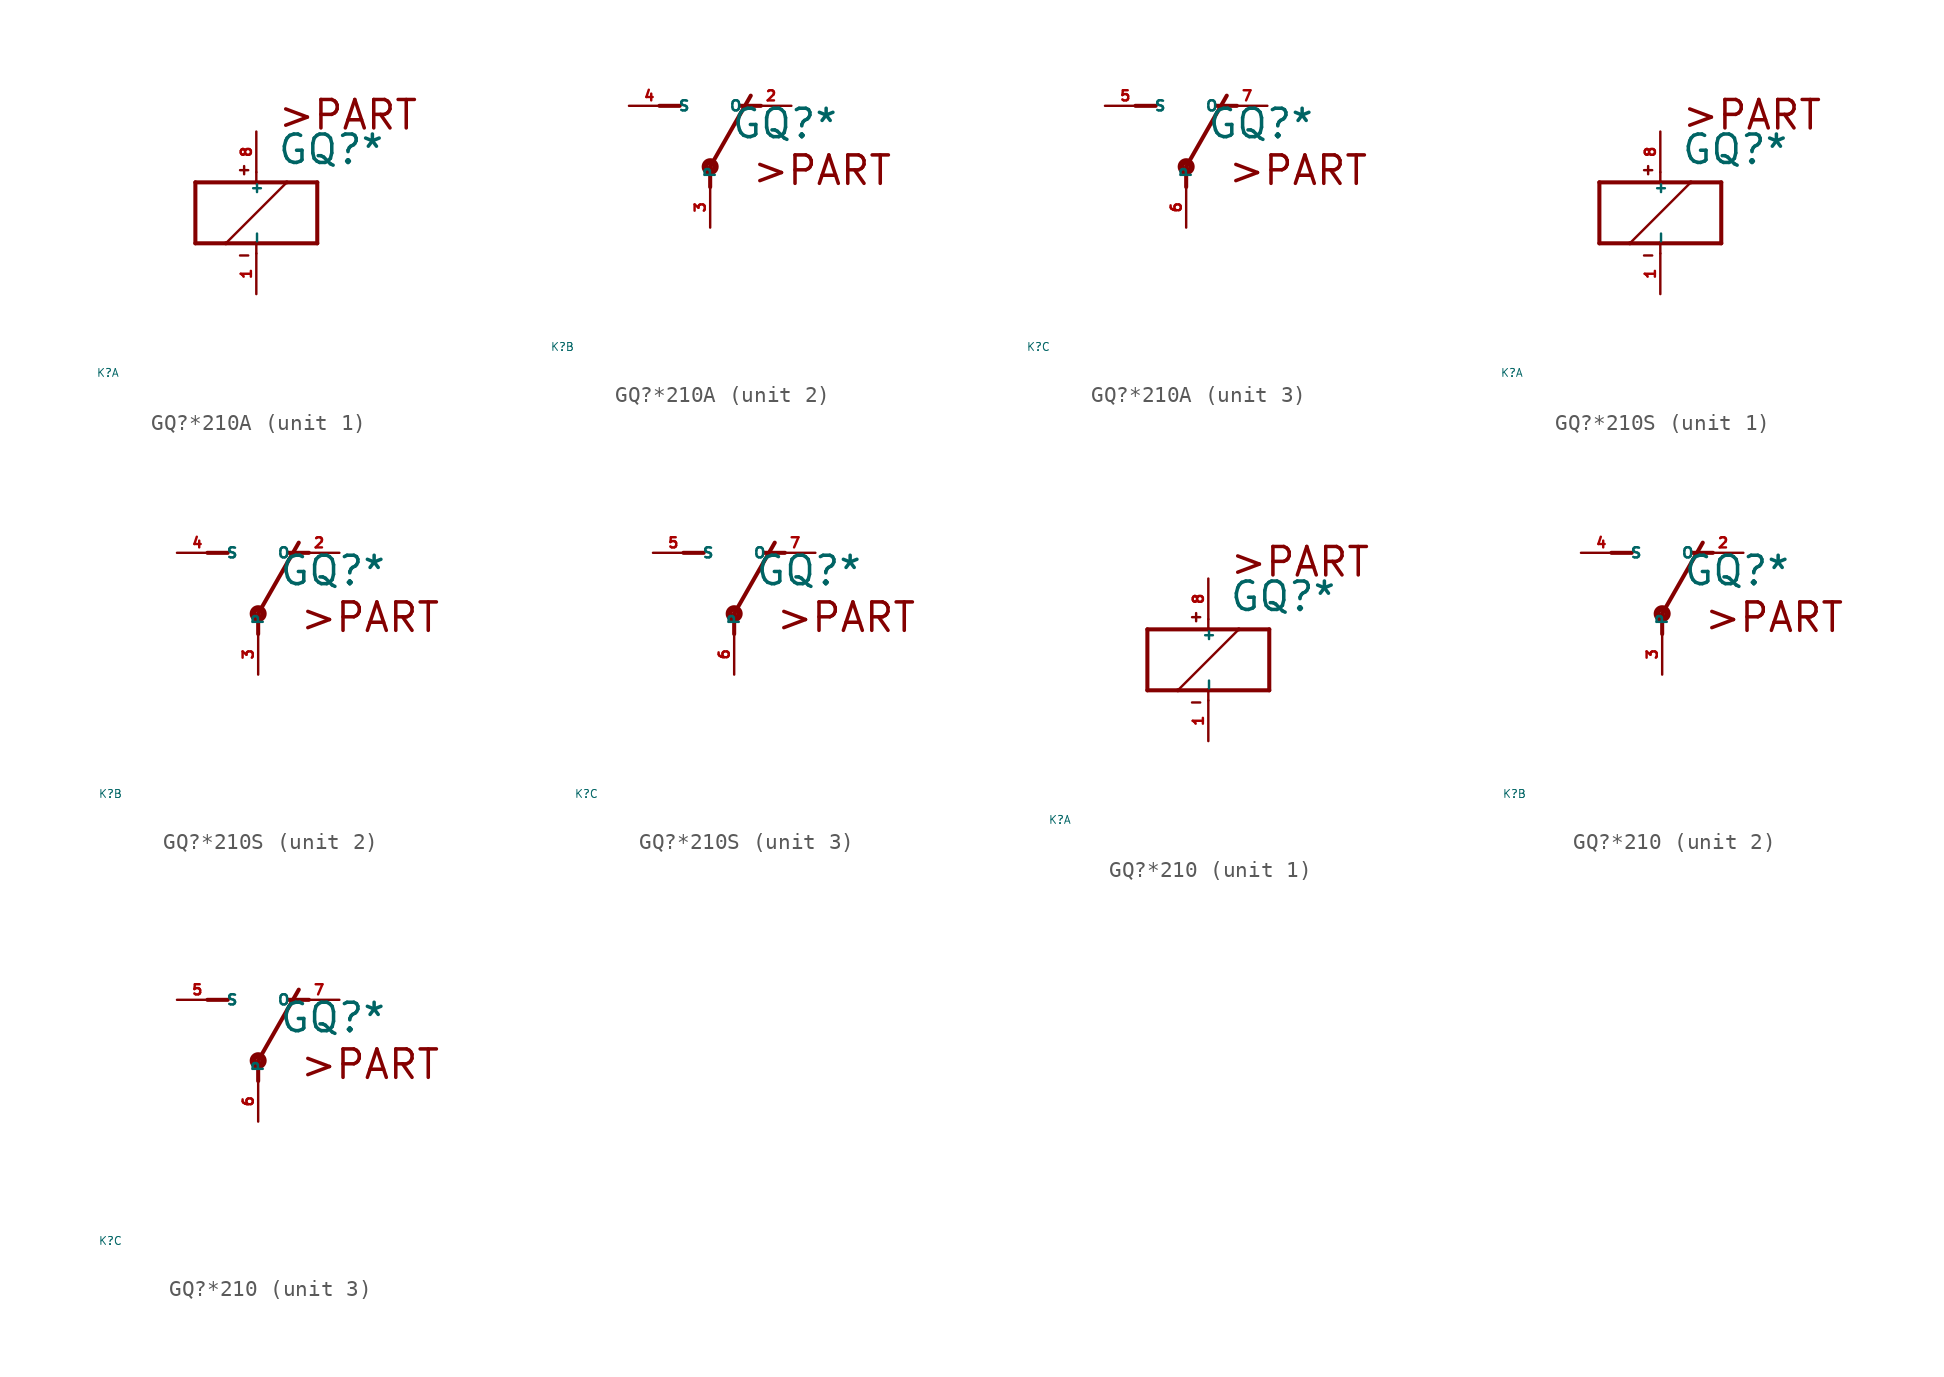
<source format=kicad_sym>
(kicad_symbol_lib
  (version 20220914)
  (generator Eagle2Kicad)
  (symbol "GQ?*210A"
    (property "Reference" "K"
      (at -10 -10 0)
      (effects (font (size 0.5 0.5) (thickness 0.06)) (justify left)))
    (property "Value" "GQ?*"
      (at 1.27 2.921 0)
      (effects (font (size 1.778 1.778) (thickness 0.22)) (justify left bottom)))
    (symbol "GQ?*210A_1_0"
      (polyline (pts (xy -3.81 -1.905) (xy -1.905 -1.905)) (stroke (width 0.254) (type default)) (fill (type none)))
      (polyline (pts (xy 3.81 -1.905) (xy 3.81 1.905)) (stroke (width 0.254) (type default)) (fill (type none)))
      (polyline (pts (xy 3.81 1.905) (xy 1.905 1.905)) (stroke (width 0.254) (type default)) (fill (type none)))
      (polyline (pts (xy -3.81 1.905) (xy -3.81 -1.905)) (stroke (width 0.254) (type default)) (fill (type none)))
      (polyline (pts (xy 0 -2.54) (xy 0 -1.905)) (stroke (width 0.152) (type default)) (fill (type none)))
      (polyline (pts (xy 0 -1.905) (xy 3.81 -1.905)) (stroke (width 0.254) (type default)) (fill (type none)))
      (polyline (pts (xy 0 2.54) (xy 0 1.905)) (stroke (width 0.152) (type default)) (fill (type none)))
      (polyline (pts (xy 0 1.905) (xy -3.81 1.905)) (stroke (width 0.254) (type default)) (fill (type none)))
      (polyline (pts (xy -1.905 -1.905) (xy 1.905 1.905)) (stroke (width 0.152) (type default)) (fill (type none)))
      (polyline (pts (xy -1.905 -1.905) (xy 0 -1.905)) (stroke (width 0.254) (type default)) (fill (type none)))
      (polyline (pts (xy 1.905 1.905) (xy 0 1.905)) (stroke (width 0.254) (type default)) (fill (type none)))
      (polyline (pts (xy -1.016 2.667) (xy -0.508 2.667)) (stroke (width 0.152) (type default)) (fill (type none)))
      (polyline (pts (xy -0.762 2.921) (xy -0.762 2.413)) (stroke (width 0.152) (type default)) (fill (type none)))
      (polyline (pts (xy -1.016 -2.667) (xy -0.508 -2.667)) (stroke (width 0.152) (type default)) (fill (type none)))
      (text ">PART" (at 1.27 5.08 0) (effects (font (size 1.778 1.778) (thickness 0.22)) (justify left bottom)))
      (pin passive line (at 0 -5.08 90) (length 2.54) (name "-" (effects (font (size 0.635 0.635) (thickness 0.08)) (justify left bottom))) (number "1" (effects (font (size 0.635 0.635) (thickness 0.08)) (justify left bottom))))
      (pin passive line (at 0 5.08 270) (length 2.54) (name "+" (effects (font (size 0.635 0.635) (thickness 0.08)) (justify left bottom))) (number "8" (effects (font (size 0.635 0.635) (thickness 0.08)) (justify left bottom)))))
    (symbol "GQ?*210A_2_0"
      (polyline (pts (xy 3.175 5.08) (xy 1.905 5.08)) (stroke (width 0.254) (type default)) (fill (type none)))
      (polyline (pts (xy -3.175 5.08) (xy -1.905 5.08)) (stroke (width 0.254) (type default)) (fill (type none)))
      (polyline (pts (xy 0 1.27) (xy 2.54 5.715)) (stroke (width 0.254) (type default)) (fill (type none)))
      (polyline (pts (xy 0 1.27) (xy 0 0)) (stroke (width 0.254) (type default)) (fill (type none)))
      (text ">PART" (at 2.54 0 0) (effects (font (size 1.778 1.778) (thickness 0.22)) (justify left bottom)))
      (circle (center 0 1.27) (radius 0.127) (stroke (width 0.406) (type default)) (fill (type none)))
      (pin passive line (at 5.08 5.08 180) (length 2.54) (name "O" (effects (font (size 0.635 0.635) (thickness 0.08)) (justify left bottom))) (number "2" (effects (font (size 0.635 0.635) (thickness 0.08)) (justify left bottom))))
      (pin passive line (at -5.08 5.08 0) (length 2.54) (name "S" (effects (font (size 0.635 0.635) (thickness 0.08)) (justify left bottom))) (number "4" (effects (font (size 0.635 0.635) (thickness 0.08)) (justify left bottom))))
      (pin passive line (at 0 -2.54 90) (length 2.54) (name "P" (effects (font (size 0.635 0.635) (thickness 0.08)) (justify left bottom))) (number "3" (effects (font (size 0.635 0.635) (thickness 0.08)) (justify left bottom)))))
    (symbol "GQ?*210A_3_0"
      (polyline (pts (xy 3.175 5.08) (xy 1.905 5.08)) (stroke (width 0.254) (type default)) (fill (type none)))
      (polyline (pts (xy -3.175 5.08) (xy -1.905 5.08)) (stroke (width 0.254) (type default)) (fill (type none)))
      (polyline (pts (xy 0 1.27) (xy 2.54 5.715)) (stroke (width 0.254) (type default)) (fill (type none)))
      (polyline (pts (xy 0 1.27) (xy 0 0)) (stroke (width 0.254) (type default)) (fill (type none)))
      (text ">PART" (at 2.54 0 0) (effects (font (size 1.778 1.778) (thickness 0.22)) (justify left bottom)))
      (circle (center 0 1.27) (radius 0.127) (stroke (width 0.406) (type default)) (fill (type none)))
      (pin passive line (at 5.08 5.08 180) (length 2.54) (name "O" (effects (font (size 0.635 0.635) (thickness 0.08)) (justify left bottom))) (number "7" (effects (font (size 0.635 0.635) (thickness 0.08)) (justify left bottom))))
      (pin passive line (at -5.08 5.08 0) (length 2.54) (name "S" (effects (font (size 0.635 0.635) (thickness 0.08)) (justify left bottom))) (number "5" (effects (font (size 0.635 0.635) (thickness 0.08)) (justify left bottom))))
      (pin passive line (at 0 -2.54 90) (length 2.54) (name "P" (effects (font (size 0.635 0.635) (thickness 0.08)) (justify left bottom))) (number "6" (effects (font (size 0.635 0.635) (thickness 0.08)) (justify left bottom))))))
  (symbol "GQ?*210S"
    (property "Reference" "K"
      (at -10 -10 0)
      (effects (font (size 0.5 0.5) (thickness 0.06)) (justify left)))
    (property "Value" "GQ?*"
      (at 1.27 2.921 0)
      (effects (font (size 1.778 1.778) (thickness 0.22)) (justify left bottom)))
    (symbol "GQ?*210S_1_0"
      (polyline (pts (xy -3.81 -1.905) (xy -1.905 -1.905)) (stroke (width 0.254) (type default)) (fill (type none)))
      (polyline (pts (xy 3.81 -1.905) (xy 3.81 1.905)) (stroke (width 0.254) (type default)) (fill (type none)))
      (polyline (pts (xy 3.81 1.905) (xy 1.905 1.905)) (stroke (width 0.254) (type default)) (fill (type none)))
      (polyline (pts (xy -3.81 1.905) (xy -3.81 -1.905)) (stroke (width 0.254) (type default)) (fill (type none)))
      (polyline (pts (xy 0 -2.54) (xy 0 -1.905)) (stroke (width 0.152) (type default)) (fill (type none)))
      (polyline (pts (xy 0 -1.905) (xy 3.81 -1.905)) (stroke (width 0.254) (type default)) (fill (type none)))
      (polyline (pts (xy 0 2.54) (xy 0 1.905)) (stroke (width 0.152) (type default)) (fill (type none)))
      (polyline (pts (xy 0 1.905) (xy -3.81 1.905)) (stroke (width 0.254) (type default)) (fill (type none)))
      (polyline (pts (xy -1.905 -1.905) (xy 1.905 1.905)) (stroke (width 0.152) (type default)) (fill (type none)))
      (polyline (pts (xy -1.905 -1.905) (xy 0 -1.905)) (stroke (width 0.254) (type default)) (fill (type none)))
      (polyline (pts (xy 1.905 1.905) (xy 0 1.905)) (stroke (width 0.254) (type default)) (fill (type none)))
      (polyline (pts (xy -1.016 2.667) (xy -0.508 2.667)) (stroke (width 0.152) (type default)) (fill (type none)))
      (polyline (pts (xy -0.762 2.921) (xy -0.762 2.413)) (stroke (width 0.152) (type default)) (fill (type none)))
      (polyline (pts (xy -1.016 -2.667) (xy -0.508 -2.667)) (stroke (width 0.152) (type default)) (fill (type none)))
      (text ">PART" (at 1.27 5.08 0) (effects (font (size 1.778 1.778) (thickness 0.22)) (justify left bottom)))
      (pin passive line (at 0 -5.08 90) (length 2.54) (name "-" (effects (font (size 0.635 0.635) (thickness 0.08)) (justify left bottom))) (number "1" (effects (font (size 0.635 0.635) (thickness 0.08)) (justify left bottom))))
      (pin passive line (at 0 5.08 270) (length 2.54) (name "+" (effects (font (size 0.635 0.635) (thickness 0.08)) (justify left bottom))) (number "8" (effects (font (size 0.635 0.635) (thickness 0.08)) (justify left bottom)))))
    (symbol "GQ?*210S_2_0"
      (polyline (pts (xy 3.175 5.08) (xy 1.905 5.08)) (stroke (width 0.254) (type default)) (fill (type none)))
      (polyline (pts (xy -3.175 5.08) (xy -1.905 5.08)) (stroke (width 0.254) (type default)) (fill (type none)))
      (polyline (pts (xy 0 1.27) (xy 2.54 5.715)) (stroke (width 0.254) (type default)) (fill (type none)))
      (polyline (pts (xy 0 1.27) (xy 0 0)) (stroke (width 0.254) (type default)) (fill (type none)))
      (text ">PART" (at 2.54 0 0) (effects (font (size 1.778 1.778) (thickness 0.22)) (justify left bottom)))
      (circle (center 0 1.27) (radius 0.127) (stroke (width 0.406) (type default)) (fill (type none)))
      (pin passive line (at 5.08 5.08 180) (length 2.54) (name "O" (effects (font (size 0.635 0.635) (thickness 0.08)) (justify left bottom))) (number "2" (effects (font (size 0.635 0.635) (thickness 0.08)) (justify left bottom))))
      (pin passive line (at -5.08 5.08 0) (length 2.54) (name "S" (effects (font (size 0.635 0.635) (thickness 0.08)) (justify left bottom))) (number "4" (effects (font (size 0.635 0.635) (thickness 0.08)) (justify left bottom))))
      (pin passive line (at 0 -2.54 90) (length 2.54) (name "P" (effects (font (size 0.635 0.635) (thickness 0.08)) (justify left bottom))) (number "3" (effects (font (size 0.635 0.635) (thickness 0.08)) (justify left bottom)))))
    (symbol "GQ?*210S_3_0"
      (polyline (pts (xy 3.175 5.08) (xy 1.905 5.08)) (stroke (width 0.254) (type default)) (fill (type none)))
      (polyline (pts (xy -3.175 5.08) (xy -1.905 5.08)) (stroke (width 0.254) (type default)) (fill (type none)))
      (polyline (pts (xy 0 1.27) (xy 2.54 5.715)) (stroke (width 0.254) (type default)) (fill (type none)))
      (polyline (pts (xy 0 1.27) (xy 0 0)) (stroke (width 0.254) (type default)) (fill (type none)))
      (text ">PART" (at 2.54 0 0) (effects (font (size 1.778 1.778) (thickness 0.22)) (justify left bottom)))
      (circle (center 0 1.27) (radius 0.127) (stroke (width 0.406) (type default)) (fill (type none)))
      (pin passive line (at 5.08 5.08 180) (length 2.54) (name "O" (effects (font (size 0.635 0.635) (thickness 0.08)) (justify left bottom))) (number "7" (effects (font (size 0.635 0.635) (thickness 0.08)) (justify left bottom))))
      (pin passive line (at -5.08 5.08 0) (length 2.54) (name "S" (effects (font (size 0.635 0.635) (thickness 0.08)) (justify left bottom))) (number "5" (effects (font (size 0.635 0.635) (thickness 0.08)) (justify left bottom))))
      (pin passive line (at 0 -2.54 90) (length 2.54) (name "P" (effects (font (size 0.635 0.635) (thickness 0.08)) (justify left bottom))) (number "6" (effects (font (size 0.635 0.635) (thickness 0.08)) (justify left bottom))))))
  (symbol "GQ?*210"
    (property "Reference" "K"
      (at -10 -10 0)
      (effects (font (size 0.5 0.5) (thickness 0.06)) (justify left)))
    (property "Value" "GQ?*"
      (at 1.27 2.921 0)
      (effects (font (size 1.778 1.778) (thickness 0.22)) (justify left bottom)))
    (symbol "GQ?*210_1_0"
      (polyline (pts (xy -3.81 -1.905) (xy -1.905 -1.905)) (stroke (width 0.254) (type default)) (fill (type none)))
      (polyline (pts (xy 3.81 -1.905) (xy 3.81 1.905)) (stroke (width 0.254) (type default)) (fill (type none)))
      (polyline (pts (xy 3.81 1.905) (xy 1.905 1.905)) (stroke (width 0.254) (type default)) (fill (type none)))
      (polyline (pts (xy -3.81 1.905) (xy -3.81 -1.905)) (stroke (width 0.254) (type default)) (fill (type none)))
      (polyline (pts (xy 0 -2.54) (xy 0 -1.905)) (stroke (width 0.152) (type default)) (fill (type none)))
      (polyline (pts (xy 0 -1.905) (xy 3.81 -1.905)) (stroke (width 0.254) (type default)) (fill (type none)))
      (polyline (pts (xy 0 2.54) (xy 0 1.905)) (stroke (width 0.152) (type default)) (fill (type none)))
      (polyline (pts (xy 0 1.905) (xy -3.81 1.905)) (stroke (width 0.254) (type default)) (fill (type none)))
      (polyline (pts (xy -1.905 -1.905) (xy 1.905 1.905)) (stroke (width 0.152) (type default)) (fill (type none)))
      (polyline (pts (xy -1.905 -1.905) (xy 0 -1.905)) (stroke (width 0.254) (type default)) (fill (type none)))
      (polyline (pts (xy 1.905 1.905) (xy 0 1.905)) (stroke (width 0.254) (type default)) (fill (type none)))
      (polyline (pts (xy -1.016 2.667) (xy -0.508 2.667)) (stroke (width 0.152) (type default)) (fill (type none)))
      (polyline (pts (xy -0.762 2.921) (xy -0.762 2.413)) (stroke (width 0.152) (type default)) (fill (type none)))
      (polyline (pts (xy -1.016 -2.667) (xy -0.508 -2.667)) (stroke (width 0.152) (type default)) (fill (type none)))
      (text ">PART" (at 1.27 5.08 0) (effects (font (size 1.778 1.778) (thickness 0.22)) (justify left bottom)))
      (pin passive line (at 0 -5.08 90) (length 2.54) (name "-" (effects (font (size 0.635 0.635) (thickness 0.08)) (justify left bottom))) (number "1" (effects (font (size 0.635 0.635) (thickness 0.08)) (justify left bottom))))
      (pin passive line (at 0 5.08 270) (length 2.54) (name "+" (effects (font (size 0.635 0.635) (thickness 0.08)) (justify left bottom))) (number "8" (effects (font (size 0.635 0.635) (thickness 0.08)) (justify left bottom)))))
    (symbol "GQ?*210_2_0"
      (polyline (pts (xy 3.175 5.08) (xy 1.905 5.08)) (stroke (width 0.254) (type default)) (fill (type none)))
      (polyline (pts (xy -3.175 5.08) (xy -1.905 5.08)) (stroke (width 0.254) (type default)) (fill (type none)))
      (polyline (pts (xy 0 1.27) (xy 2.54 5.715)) (stroke (width 0.254) (type default)) (fill (type none)))
      (polyline (pts (xy 0 1.27) (xy 0 0)) (stroke (width 0.254) (type default)) (fill (type none)))
      (text ">PART" (at 2.54 0 0) (effects (font (size 1.778 1.778) (thickness 0.22)) (justify left bottom)))
      (circle (center 0 1.27) (radius 0.127) (stroke (width 0.406) (type default)) (fill (type none)))
      (pin passive line (at 5.08 5.08 180) (length 2.54) (name "O" (effects (font (size 0.635 0.635) (thickness 0.08)) (justify left bottom))) (number "2" (effects (font (size 0.635 0.635) (thickness 0.08)) (justify left bottom))))
      (pin passive line (at -5.08 5.08 0) (length 2.54) (name "S" (effects (font (size 0.635 0.635) (thickness 0.08)) (justify left bottom))) (number "4" (effects (font (size 0.635 0.635) (thickness 0.08)) (justify left bottom))))
      (pin passive line (at 0 -2.54 90) (length 2.54) (name "P" (effects (font (size 0.635 0.635) (thickness 0.08)) (justify left bottom))) (number "3" (effects (font (size 0.635 0.635) (thickness 0.08)) (justify left bottom)))))
    (symbol "GQ?*210_3_0"
      (polyline (pts (xy 3.175 5.08) (xy 1.905 5.08)) (stroke (width 0.254) (type default)) (fill (type none)))
      (polyline (pts (xy -3.175 5.08) (xy -1.905 5.08)) (stroke (width 0.254) (type default)) (fill (type none)))
      (polyline (pts (xy 0 1.27) (xy 2.54 5.715)) (stroke (width 0.254) (type default)) (fill (type none)))
      (polyline (pts (xy 0 1.27) (xy 0 0)) (stroke (width 0.254) (type default)) (fill (type none)))
      (text ">PART" (at 2.54 0 0) (effects (font (size 1.778 1.778) (thickness 0.22)) (justify left bottom)))
      (circle (center 0 1.27) (radius 0.127) (stroke (width 0.406) (type default)) (fill (type none)))
      (pin passive line (at 5.08 5.08 180) (length 2.54) (name "O" (effects (font (size 0.635 0.635) (thickness 0.08)) (justify left bottom))) (number "7" (effects (font (size 0.635 0.635) (thickness 0.08)) (justify left bottom))))
      (pin passive line (at -5.08 5.08 0) (length 2.54) (name "S" (effects (font (size 0.635 0.635) (thickness 0.08)) (justify left bottom))) (number "5" (effects (font (size 0.635 0.635) (thickness 0.08)) (justify left bottom))))
      (pin passive line (at 0 -2.54 90) (length 2.54) (name "P" (effects (font (size 0.635 0.635) (thickness 0.08)) (justify left bottom))) (number "6" (effects (font (size 0.635 0.635) (thickness 0.08)) (justify left bottom)))))))
</source>
